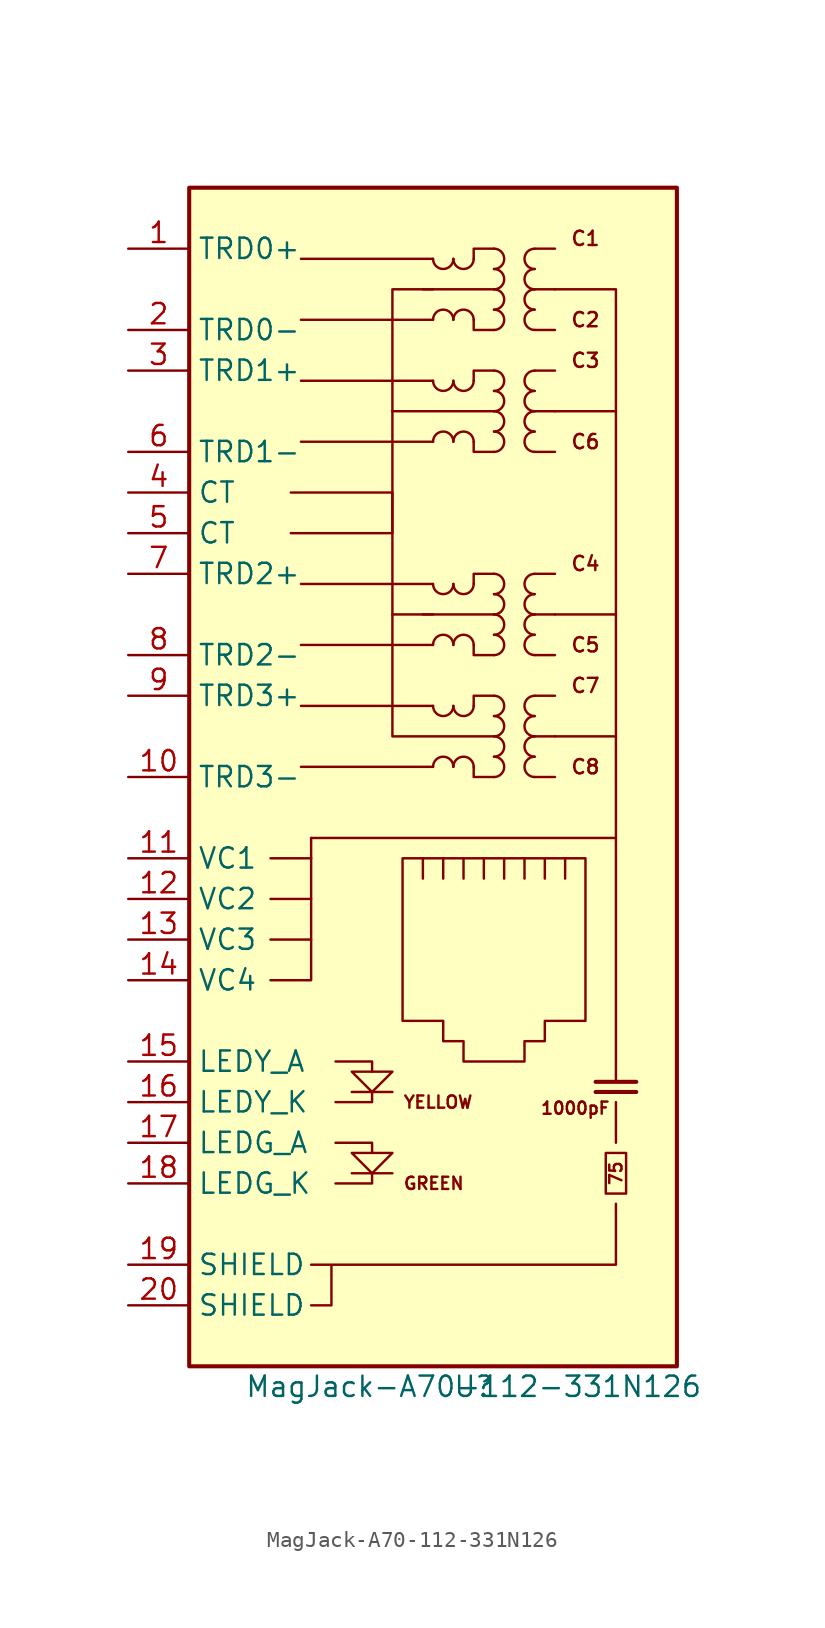
<source format=kicad_sym>
(kicad_symbol_lib
  (version 20201005)
  (generator kicad_symbol_editor)
  (symbol "CM4IO:MagJack-A70-112-331N126"
    (property "Reference" "U"
      (at 0 0 0)
      (effects (font (size 1.27 1.27))))
    (property "Value" "MagJack-A70-112-331N126"
      (at 0 0 0)
      (effects (font (size 1.27 1.27))))
    (symbol "MagJack-A70-112-331N126_1_1"
      (arc (start -1.27 38.735) (end -2.54 38.735) (radius (at -1.905 38.735) (length 0.635) (angles 0.1 179.9)) (stroke (width 0)) (fill (type none)))
      (arc (start -2.54 42.545) (end -1.27 42.545) (radius (at -1.905 42.545) (length 0.635) (angles -179.9 -0.1)) (stroke (width 0)) (fill (type none)))
      (arc (start -1.27 46.355) (end -2.54 46.355) (radius (at -1.905 46.355) (length 0.635) (angles 0.1 179.9)) (stroke (width 0)) (fill (type none)))
      (arc (start -2.54 50.165) (end -1.27 50.165) (radius (at -1.905 50.165) (length 0.635) (angles -179.9 -0.1)) (stroke (width 0)) (fill (type none)))
      (arc (start -1.27 59.055) (end -2.54 59.055) (radius (at -1.905 59.055) (length 0.635) (angles 0.1 179.9)) (stroke (width 0)) (fill (type none)))
      (arc (start -2.54 62.865) (end -1.27 62.865) (radius (at -1.905 62.865) (length 0.635) (angles -179.9 -0.1)) (stroke (width 0)) (fill (type none)))
      (arc (start -1.27 66.675) (end -2.54 66.675) (radius (at -1.905 66.675) (length 0.635) (angles 0.1 179.9)) (stroke (width 0)) (fill (type none)))
      (arc (start -2.54 70.485) (end -1.27 70.485) (radius (at -1.905 70.485) (length 0.635) (angles -179.9 -0.1)) (stroke (width 0)) (fill (type none)))
      (arc (start 0 38.735) (end -1.27 38.735) (radius (at -0.635 38.735) (length 0.635) (angles 0.1 179.9)) (stroke (width 0)) (fill (type none)))
      (arc (start -1.27 42.545) (end 0 42.545) (radius (at -0.635 42.545) (length 0.635) (angles -179.9 -0.1)) (stroke (width 0)) (fill (type none)))
      (arc (start 0 46.355) (end -1.27 46.355) (radius (at -0.635 46.355) (length 0.635) (angles 0.1 179.9)) (stroke (width 0)) (fill (type none)))
      (arc (start -1.27 50.165) (end 0 50.165) (radius (at -0.635 50.165) (length 0.635) (angles -179.9 -0.1)) (stroke (width 0)) (fill (type none)))
      (arc (start 0 59.055) (end -1.27 59.055) (radius (at -0.635 59.055) (length 0.635) (angles 0.1 179.9)) (stroke (width 0)) (fill (type none)))
      (arc (start -1.27 62.865) (end 0 62.865) (radius (at -0.635 62.865) (length 0.635) (angles -179.9 -0.1)) (stroke (width 0)) (fill (type none)))
      (arc (start 0 66.675) (end -1.27 66.675) (radius (at -0.635 66.675) (length 0.635) (angles 0.1 179.9)) (stroke (width 0)) (fill (type none)))
      (arc (start -1.27 70.485) (end 0 70.485) (radius (at -0.635 70.485) (length 0.635) (angles -179.9 -0.1)) (stroke (width 0)) (fill (type none)))
      (arc (start 1.27 38.1) (end 1.27 39.37) (radius (at 1.27 38.735) (length 0.635) (angles -89.9 89.9)) (stroke (width 0)) (fill (type none)))
      (arc (start 1.27 39.37) (end 1.27 40.64) (radius (at 1.27 40.005) (length 0.635) (angles -89.9 89.9)) (stroke (width 0)) (fill (type none)))
      (arc (start 1.27 40.64) (end 1.27 41.91) (radius (at 1.27 41.275) (length 0.635) (angles -89.9 89.9)) (stroke (width 0)) (fill (type none)))
      (arc (start 1.27 41.91) (end 1.27 43.18) (radius (at 1.27 42.545) (length 0.635) (angles -89.9 89.9)) (stroke (width 0)) (fill (type none)))
      (arc (start 1.27 45.72) (end 1.27 46.99) (radius (at 1.27 46.355) (length 0.635) (angles -89.9 89.9)) (stroke (width 0)) (fill (type none)))
      (arc (start 1.27 46.99) (end 1.27 48.26) (radius (at 1.27 47.625) (length 0.635) (angles -89.9 89.9)) (stroke (width 0)) (fill (type none)))
      (arc (start 1.27 48.26) (end 1.27 49.53) (radius (at 1.27 48.895) (length 0.635) (angles -89.9 89.9)) (stroke (width 0)) (fill (type none)))
      (arc (start 1.27 49.53) (end 1.27 50.8) (radius (at 1.27 50.165) (length 0.635) (angles -89.9 89.9)) (stroke (width 0)) (fill (type none)))
      (arc (start 1.27 58.42) (end 1.27 59.69) (radius (at 1.27 59.055) (length 0.635) (angles -89.9 89.9)) (stroke (width 0)) (fill (type none)))
      (arc (start 1.27 59.69) (end 1.27 60.96) (radius (at 1.27 60.325) (length 0.635) (angles -89.9 89.9)) (stroke (width 0)) (fill (type none)))
      (arc (start 1.27 60.96) (end 1.27 62.23) (radius (at 1.27 61.595) (length 0.635) (angles -89.9 89.9)) (stroke (width 0)) (fill (type none)))
      (arc (start 1.27 62.23) (end 1.27 63.5) (radius (at 1.27 62.865) (length 0.635) (angles -89.9 89.9)) (stroke (width 0)) (fill (type none)))
      (arc (start 1.27 66.04) (end 1.27 67.31) (radius (at 1.27 66.675) (length 0.635) (angles -89.9 89.9)) (stroke (width 0)) (fill (type none)))
      (arc (start 1.27 67.31) (end 1.27 68.58) (radius (at 1.27 67.945) (length 0.635) (angles -89.9 89.9)) (stroke (width 0)) (fill (type none)))
      (arc (start 1.27 68.58) (end 1.27 69.85) (radius (at 1.27 69.215) (length 0.635) (angles -89.9 89.9)) (stroke (width 0)) (fill (type none)))
      (arc (start 1.27 69.85) (end 1.27 71.12) (radius (at 1.27 70.485) (length 0.635) (angles -89.9 89.9)) (stroke (width 0)) (fill (type none)))
      (arc (start 3.81 39.37) (end 3.81 38.1) (radius (at 3.81 38.735) (length 0.635) (angles 90.1 -90.1)) (stroke (width 0)) (fill (type none)))
      (arc (start 3.81 40.64) (end 3.81 39.37) (radius (at 3.81 40.005) (length 0.635) (angles 90.1 -90.1)) (stroke (width 0)) (fill (type none)))
      (arc (start 3.81 41.91) (end 3.81 40.64) (radius (at 3.81 41.275) (length 0.635) (angles 90.1 -90.1)) (stroke (width 0)) (fill (type none)))
      (arc (start 3.81 43.18) (end 3.81 41.91) (radius (at 3.81 42.545) (length 0.635) (angles 90.1 -90.1)) (stroke (width 0)) (fill (type none)))
      (arc (start 3.81 46.99) (end 3.81 45.72) (radius (at 3.81 46.355) (length 0.635) (angles 90.1 -90.1)) (stroke (width 0)) (fill (type none)))
      (arc (start 3.81 48.26) (end 3.81 46.99) (radius (at 3.81 47.625) (length 0.635) (angles 90.1 -90.1)) (stroke (width 0)) (fill (type none)))
      (arc (start 3.81 49.53) (end 3.81 48.26) (radius (at 3.81 48.895) (length 0.635) (angles 90.1 -90.1)) (stroke (width 0)) (fill (type none)))
      (arc (start 3.81 50.8) (end 3.81 49.53) (radius (at 3.81 50.165) (length 0.635) (angles 90.1 -90.1)) (stroke (width 0)) (fill (type none)))
      (arc (start 3.81 59.69) (end 3.81 58.42) (radius (at 3.81 59.055) (length 0.635) (angles 90.1 -90.1)) (stroke (width 0)) (fill (type none)))
      (arc (start 3.81 60.96) (end 3.81 59.69) (radius (at 3.81 60.325) (length 0.635) (angles 90.1 -90.1)) (stroke (width 0)) (fill (type none)))
      (arc (start 3.81 62.23) (end 3.81 60.96) (radius (at 3.81 61.595) (length 0.635) (angles 90.1 -90.1)) (stroke (width 0)) (fill (type none)))
      (arc (start 3.81 63.5) (end 3.81 62.23) (radius (at 3.81 62.865) (length 0.635) (angles 90.1 -90.1)) (stroke (width 0)) (fill (type none)))
      (arc (start 3.81 67.31) (end 3.81 66.04) (radius (at 3.81 66.675) (length 0.635) (angles 90.1 -90.1)) (stroke (width 0)) (fill (type none)))
      (arc (start 3.81 68.58) (end 3.81 67.31) (radius (at 3.81 67.945) (length 0.635) (angles 90.1 -90.1)) (stroke (width 0)) (fill (type none)))
      (arc (start 3.81 69.85) (end 3.81 68.58) (radius (at 3.81 69.215) (length 0.635) (angles 90.1 -90.1)) (stroke (width 0)) (fill (type none)))
      (arc (start 3.81 71.12) (end 3.81 69.85) (radius (at 3.81 70.485) (length 0.635) (angles 90.1 -90.1)) (stroke (width 0)) (fill (type none)))
      (text "1000pF" (at 6.35 17.399 0) (effects (font (size 0.762 0.762))))
      (text "75" (at 8.89 13.335 900) (effects (font (size 0.762 0.762))))
      (text "C1" (at 6.985 71.755 0) (effects (font (size 0.889 0.889))))
      (text "C2" (at 6.985 66.675 0) (effects (font (size 0.889 0.889))))
      (text "C3" (at 6.985 64.135 0) (effects (font (size 0.889 0.889))))
      (text "C4" (at 6.985 51.435 0) (effects (font (size 0.889 0.889))))
      (text "C5" (at 6.985 46.355 0) (effects (font (size 0.889 0.889))))
      (text "C6" (at 6.985 59.055 0) (effects (font (size 0.889 0.889))))
      (text "C7" (at 6.985 43.815 0) (effects (font (size 0.889 0.889))))
      (text "C8" (at 6.985 38.735 0) (effects (font (size 0.889 0.889))))
      (text "GREEN" (at -4.445 12.7 0) (effects (font (size 0.762 0.762)) (justify left)))
      (text "YELLOW" (at -4.445 17.78 0) (effects (font (size 0.762 0.762)) (justify left)))
      (rectangle (start -17.78 1.27) (end 12.7 74.93) (stroke (width 0.254)) (fill (type background)))
      (rectangle (start 9.525 12.065) (end 8.255 14.605) (stroke (width 0)) (fill (type none)))
      (polyline (pts (xy -12.7 27.94) (xy -10.16 27.94)) (stroke (width 0)) (fill (type none)))
      (polyline (pts (xy -12.7 30.48) (xy -10.16 30.48)) (stroke (width 0)) (fill (type none)))
      (polyline (pts (xy -12.7 33.02) (xy -10.16 33.02)) (stroke (width 0)) (fill (type none)))
      (polyline (pts (xy -10.16 33.02) (xy -10.16 34.29)) (stroke (width 0)) (fill (type none)))
      (polyline (pts (xy -5.08 13.335) (xy -7.62 13.335)) (stroke (width 0)) (fill (type none)))
      (polyline (pts (xy -5.08 18.415) (xy -7.62 18.415)) (stroke (width 0)) (fill (type none)))
      (polyline (pts (xy -5.08 48.26) (xy -5.08 60.96)) (stroke (width 0)) (fill (type none)))
      (polyline (pts (xy -3.175 31.75) (xy -3.175 33.02)) (stroke (width 0)) (fill (type none)))
      (polyline (pts (xy -3.175 48.26) (xy 1.27 48.26)) (stroke (width 0)) (fill (type none)))
      (polyline (pts (xy -3.175 68.58) (xy 1.27 68.58)) (stroke (width 0)) (fill (type none)))
      (polyline (pts (xy -2.54 38.735) (xy -10.795 38.735)) (stroke (width 0)) (fill (type none)))
      (polyline (pts (xy -2.54 42.545) (xy -10.795 42.545)) (stroke (width 0)) (fill (type none)))
      (polyline (pts (xy -2.54 46.355) (xy -10.795 46.355)) (stroke (width 0)) (fill (type none)))
      (polyline (pts (xy -2.54 50.165) (xy -10.795 50.165)) (stroke (width 0)) (fill (type none)))
      (polyline (pts (xy -2.54 59.055) (xy -10.795 59.055)) (stroke (width 0)) (fill (type none)))
      (polyline (pts (xy -2.54 62.865) (xy -10.795 62.865)) (stroke (width 0)) (fill (type none)))
      (polyline (pts (xy -2.54 66.675) (xy -10.795 66.675)) (stroke (width 0)) (fill (type none)))
      (polyline (pts (xy -2.54 70.485) (xy -10.795 70.485)) (stroke (width 0)) (fill (type none)))
      (polyline (pts (xy -1.905 33.02) (xy -1.905 31.75)) (stroke (width 0)) (fill (type none)))
      (polyline (pts (xy -0.635 33.02) (xy -0.635 31.75)) (stroke (width 0)) (fill (type none)))
      (polyline (pts (xy 0.635 33.02) (xy 0.635 31.75)) (stroke (width 0)) (fill (type none)))
      (polyline (pts (xy 1.905 33.02) (xy 1.905 31.75)) (stroke (width 0)) (fill (type none)))
      (polyline (pts (xy 3.175 33.02) (xy 3.175 31.75)) (stroke (width 0)) (fill (type none)))
      (polyline (pts (xy 3.81 38.1) (xy 5.08 38.1)) (stroke (width 0)) (fill (type none)))
      (polyline (pts (xy 3.81 40.64) (xy 5.08 40.64)) (stroke (width 0)) (fill (type none)))
      (polyline (pts (xy 3.81 43.18) (xy 5.08 43.18)) (stroke (width 0)) (fill (type none)))
      (polyline (pts (xy 3.81 45.72) (xy 5.08 45.72)) (stroke (width 0)) (fill (type none)))
      (polyline (pts (xy 3.81 48.26) (xy 5.08 48.26)) (stroke (width 0)) (fill (type none)))
      (polyline (pts (xy 3.81 50.8) (xy 5.08 50.8)) (stroke (width 0)) (fill (type none)))
      (polyline (pts (xy 3.81 58.42) (xy 5.08 58.42)) (stroke (width 0)) (fill (type none)))
      (polyline (pts (xy 3.81 60.96) (xy 5.08 60.96)) (stroke (width 0)) (fill (type none)))
      (polyline (pts (xy 3.81 63.5) (xy 5.08 63.5)) (stroke (width 0)) (fill (type none)))
      (polyline (pts (xy 3.81 66.04) (xy 5.08 66.04)) (stroke (width 0)) (fill (type none)))
      (polyline (pts (xy 3.81 68.58) (xy 5.08 68.58)) (stroke (width 0)) (fill (type none)))
      (polyline (pts (xy 3.81 71.12) (xy 5.08 71.12)) (stroke (width 0)) (fill (type none)))
      (polyline (pts (xy 4.445 31.75) (xy 4.445 33.02)) (stroke (width 0)) (fill (type none)))
      (polyline (pts (xy 5.08 40.64) (xy 8.89 40.64)) (stroke (width 0)) (fill (type none)))
      (polyline (pts (xy 5.08 48.26) (xy 8.89 48.26)) (stroke (width 0)) (fill (type none)))
      (polyline (pts (xy 5.08 60.96) (xy 8.89 60.96)) (stroke (width 0)) (fill (type none)))
      (polyline (pts (xy 5.715 31.75) (xy 5.715 33.02)) (stroke (width 0)) (fill (type none)))
      (polyline (pts (xy 7.62 18.415) (xy 10.16 18.415)) (stroke (width 0.254)) (fill (type none)))
      (polyline (pts (xy 7.62 19.05) (xy 10.16 19.05)) (stroke (width 0.254)) (fill (type none)))
      (polyline (pts (xy 8.89 15.24) (xy 8.89 17.78)) (stroke (width 0)) (fill (type none)))
      (polyline (pts (xy 8.89 19.05) (xy 8.89 34.29)) (stroke (width 0)) (fill (type none)))
      (polyline (pts (xy -10.16 33.02) (xy -10.16 25.4) (xy -12.7 25.4)) (stroke (width 0)) (fill (type none)))
      (polyline (pts (xy -8.636 12.7) (xy -6.35 12.7) (xy -6.35 13.335)) (stroke (width 0)) (fill (type none)))
      (polyline (pts (xy -8.636 15.24) (xy -6.35 15.24) (xy -6.35 14.605)) (stroke (width 0)) (fill (type none)))
      (polyline (pts (xy -8.636 20.32) (xy -6.35 20.32) (xy -6.35 19.685)) (stroke (width 0)) (fill (type none)))
      (polyline (pts (xy -6.35 18.415) (xy -6.35 17.78) (xy -8.636 17.78)) (stroke (width 0)) (fill (type none)))
      (polyline (pts (xy 0 38.735) (xy 0 38.1) (xy 1.27 38.1)) (stroke (width 0)) (fill (type none)))
      (polyline (pts (xy 0 46.355) (xy 0 45.72) (xy 1.27 45.72)) (stroke (width 0)) (fill (type none)))
      (polyline (pts (xy 0 59.055) (xy 0 58.42) (xy 1.27 58.42)) (stroke (width 0)) (fill (type none)))
      (polyline (pts (xy 0 66.675) (xy 0 66.04) (xy 1.27 66.04)) (stroke (width 0)) (fill (type none)))
      (polyline (pts (xy 1.27 43.18) (xy 0 43.18) (xy 0 42.545)) (stroke (width 0)) (fill (type none)))
      (polyline (pts (xy 1.27 50.8) (xy 0 50.8) (xy 0 50.165)) (stroke (width 0)) (fill (type none)))
      (polyline (pts (xy 1.27 63.5) (xy 0 63.5) (xy 0 62.865)) (stroke (width 0)) (fill (type none)))
      (polyline (pts (xy 1.27 71.12) (xy 0 71.12) (xy 0 70.485)) (stroke (width 0)) (fill (type none)))
      (polyline (pts (xy -11.43 53.34) (xy -5.08 53.34) (xy -5.08 55.88) (xy -11.43 55.88)) (stroke (width 0)) (fill (type none)))
      (polyline (pts (xy -10.16 34.29) (xy 8.89 34.29) (xy 8.89 68.58) (xy 5.08 68.58)) (stroke (width 0)) (fill (type none)))
      (polyline (pts (xy -7.62 19.685) (xy -5.08 19.685) (xy -6.35 18.415) (xy -7.62 19.685)) (stroke (width 0)) (fill (type none)))
      (polyline (pts (xy -5.08 14.605) (xy -7.62 14.605) (xy -6.35 13.335) (xy -5.08 14.605)) (stroke (width 0)) (fill (type none)))
      (polyline (pts (xy -10.16 5.08) (xy -8.89 5.08) (xy -8.89 7.62) (xy -10.16 7.62) (xy -8.89 7.62) (xy 8.89 7.62) (xy 8.89 11.43)) (stroke (width 0)) (fill (type none)))
      (polyline (pts (xy -4.445 33.02) (xy 6.985 33.02) (xy 6.985 22.86) (xy 4.445 22.86) (xy 4.445 21.59) (xy 3.175 21.59) (xy 3.175 20.32) (xy -0.635 20.32) (xy -0.635 21.59) (xy -1.905 21.59) (xy -1.905 22.86) (xy -4.445 22.86) (xy -4.445 33.02)) (stroke (width 0)) (fill (type none)))
      (pin passive line (at -21.59 71.12 0) (length 3.81) (name "TRD0+" (effects (font (size 1.27 1.27)))) (number "1" (effects (font (size 1.27 1.27)))))
      (pin passive line (at -21.59 38.1 0) (length 3.81) (name "TRD3-" (effects (font (size 1.27 1.27)))) (number "10" (effects (font (size 1.27 1.27)))))
      (pin passive line (at -21.59 33.02 0) (length 3.81) (name "VC1" (effects (font (size 1.27 1.27)))) (number "11" (effects (font (size 1.27 1.27)))))
      (pin passive line (at -21.59 30.48 0) (length 3.81) (name "VC2" (effects (font (size 1.27 1.27)))) (number "12" (effects (font (size 1.27 1.27)))))
      (pin passive line (at -21.59 27.94 0) (length 3.81) (name "VC3" (effects (font (size 1.27 1.27)))) (number "13" (effects (font (size 1.27 1.27)))))
      (pin passive line (at -21.59 25.4 0) (length 3.81) (name "VC4" (effects (font (size 1.27 1.27)))) (number "14" (effects (font (size 1.27 1.27)))))
      (pin passive line (at -21.59 20.32 0) (length 3.81) (name "LEDY_A" (effects (font (size 1.27 1.27)))) (number "15" (effects (font (size 1.27 1.27)))))
      (pin passive line (at -21.59 17.78 0) (length 3.81) (name "LEDY_K" (effects (font (size 1.27 1.27)))) (number "16" (effects (font (size 1.27 1.27)))))
      (pin passive line (at -21.59 15.24 0) (length 3.81) (name "LEDG_A" (effects (font (size 1.27 1.27)))) (number "17" (effects (font (size 1.27 1.27)))))
      (pin passive line (at -21.59 12.7 0) (length 3.81) (name "LEDG_K" (effects (font (size 1.27 1.27)))) (number "18" (effects (font (size 1.27 1.27)))))
      (pin passive line (at -21.59 7.62 0) (length 3.81) (name "SHIELD" (effects (font (size 1.27 1.27)))) (number "19" (effects (font (size 1.27 1.27)))))
      (pin passive line (at -21.59 66.04 0) (length 3.81) (name "TRD0-" (effects (font (size 1.27 1.27)))) (number "2" (effects (font (size 1.27 1.27)))))
      (pin passive line (at -21.59 5.08 0) (length 3.81) (name "SHIELD" (effects (font (size 1.27 1.27)))) (number "20" (effects (font (size 1.27 1.27)))))
      (pin passive line (at -21.59 63.5 0) (length 3.81) (name "TRD1+" (effects (font (size 1.27 1.27)))) (number "3" (effects (font (size 1.27 1.27)))))
      (pin passive line (at -21.59 55.88 0) (length 3.81) (name "CT" (effects (font (size 1.27 1.27)))) (number "4" (effects (font (size 1.27 1.27)))))
      (pin passive line (at -21.59 53.34 0) (length 3.81) (name "CT" (effects (font (size 1.27 1.27)))) (number "5" (effects (font (size 1.27 1.27)))))
      (pin passive line (at -21.59 58.42 0) (length 3.81) (name "TRD1-" (effects (font (size 1.27 1.27)))) (number "6" (effects (font (size 1.27 1.27)))))
      (pin passive line (at -21.59 50.8 0) (length 3.81) (name "TRD2+" (effects (font (size 1.27 1.27)))) (number "7" (effects (font (size 1.27 1.27)))))
      (pin passive line (at -21.59 45.72 0) (length 3.81) (name "TRD2-" (effects (font (size 1.27 1.27)))) (number "8" (effects (font (size 1.27 1.27)))))
      (pin passive line (at -21.59 43.18 0) (length 3.81) (name "TRD3+" (effects (font (size 1.27 1.27)))) (number "9" (effects (font (size 1.27 1.27))))))
    (symbol "MagJack-A70-112-331N126_0_1"
      (polyline (pts (xy 1.27 40.64) (xy -5.08 40.64) (xy -5.08 48.26) (xy -2.54 48.26) (xy -5.08 48.26)) (stroke (width 0)) (fill (type none)))
      (polyline (pts (xy 1.27 60.96) (xy -5.08 60.96) (xy -5.08 68.58) (xy -2.54 68.58) (xy -5.08 68.58)) (stroke (width 0)) (fill (type none))))))
</source>
